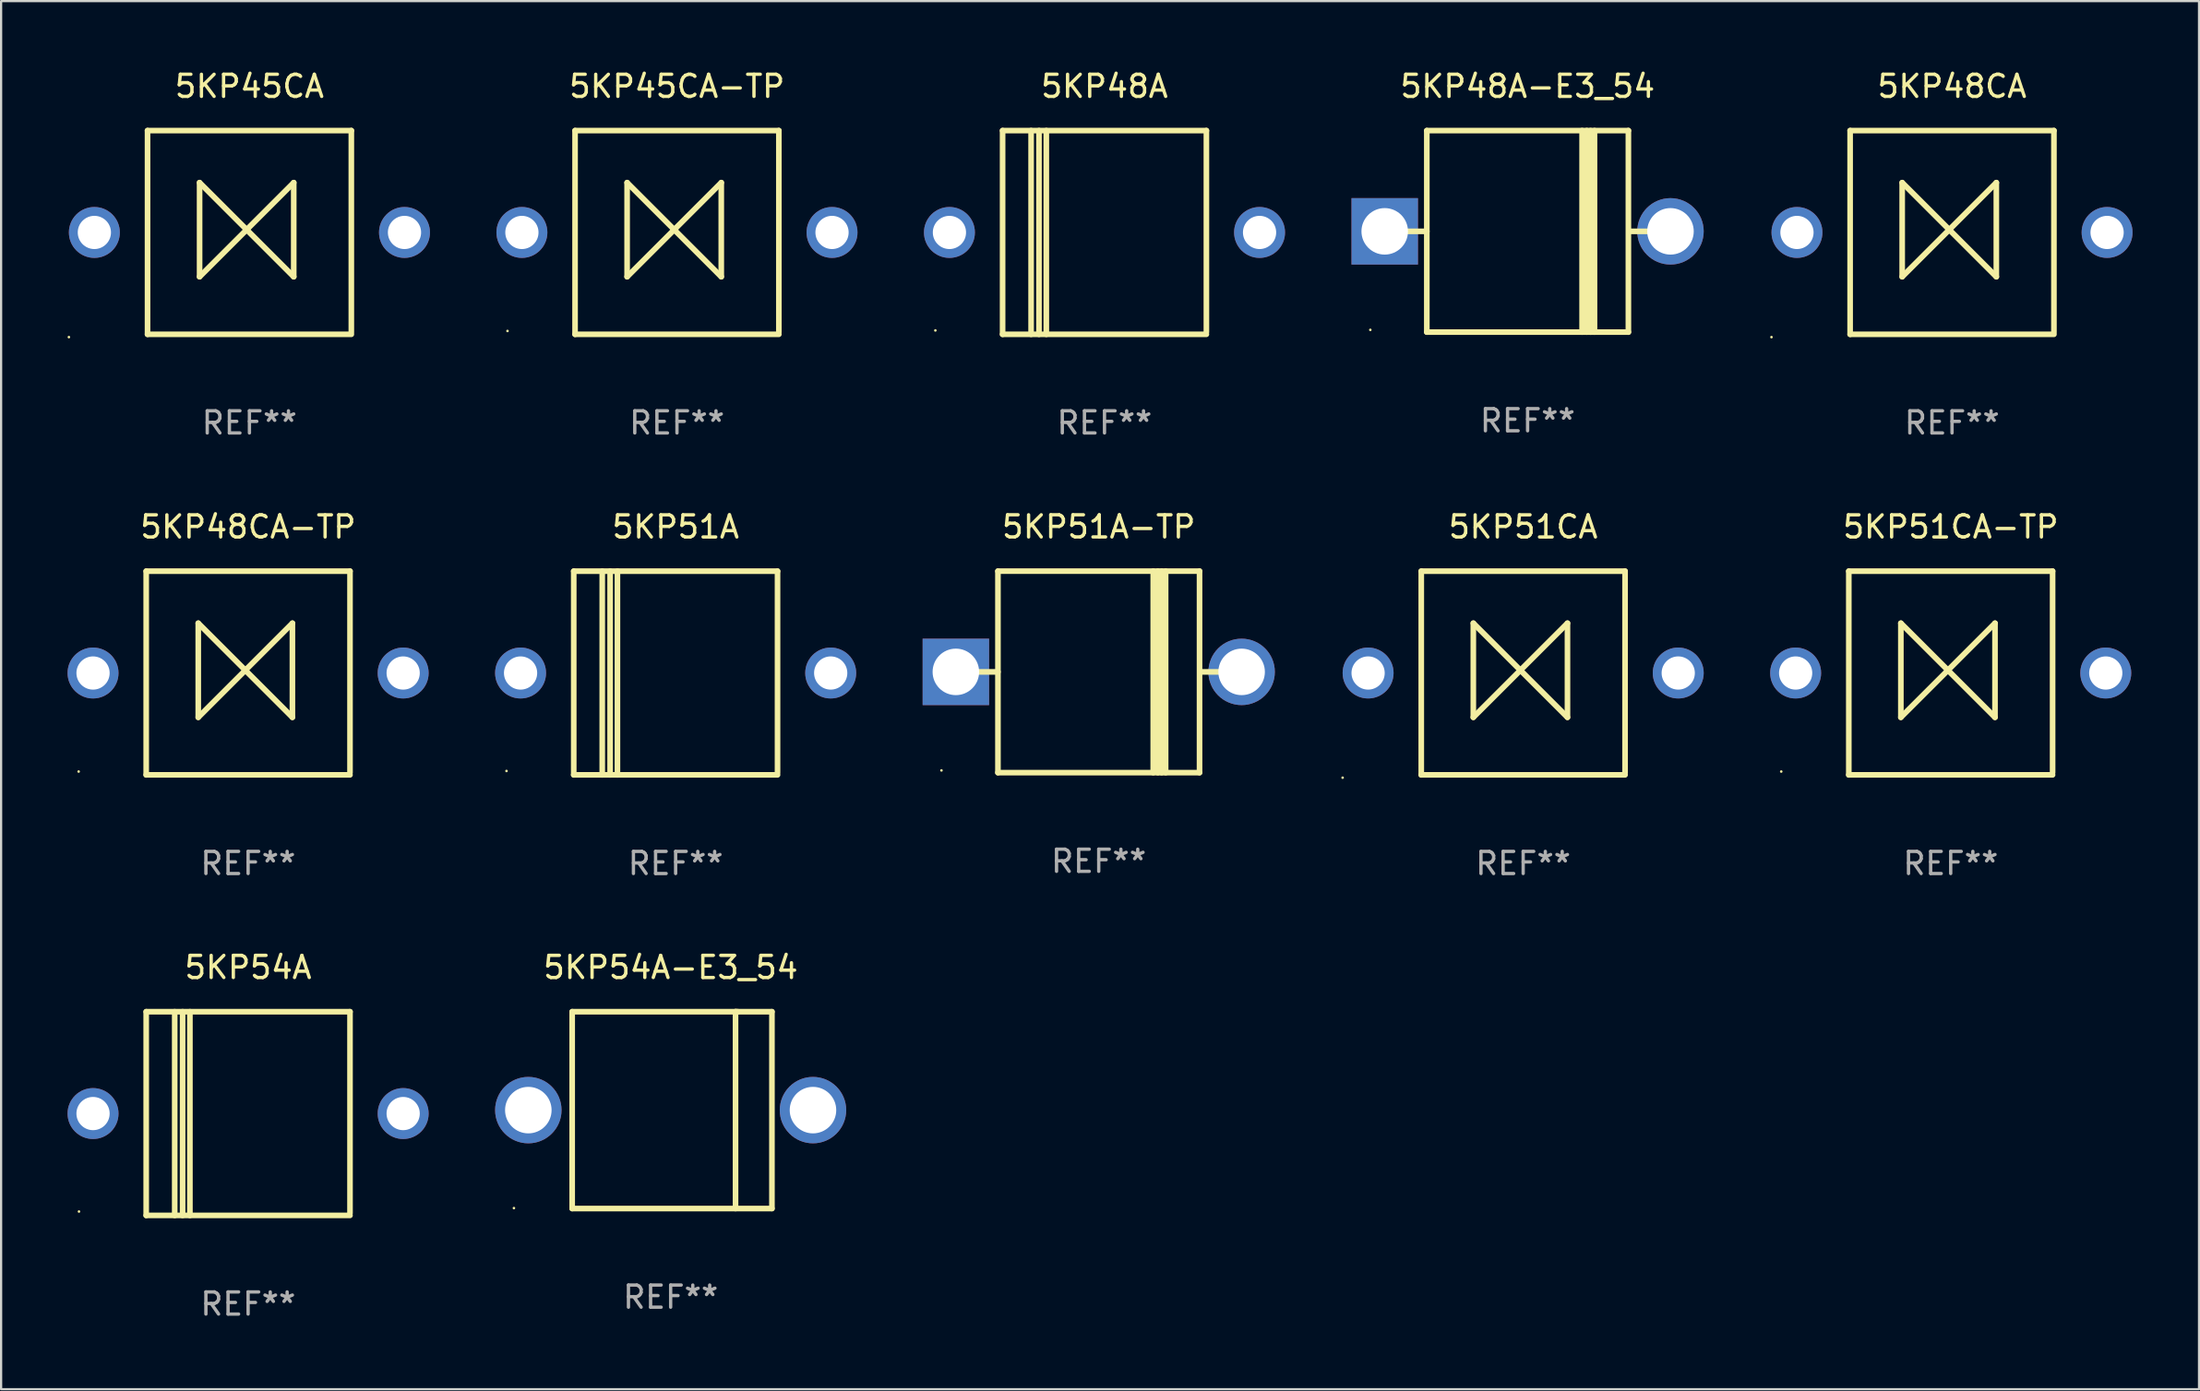
<source format=kicad_pcb>
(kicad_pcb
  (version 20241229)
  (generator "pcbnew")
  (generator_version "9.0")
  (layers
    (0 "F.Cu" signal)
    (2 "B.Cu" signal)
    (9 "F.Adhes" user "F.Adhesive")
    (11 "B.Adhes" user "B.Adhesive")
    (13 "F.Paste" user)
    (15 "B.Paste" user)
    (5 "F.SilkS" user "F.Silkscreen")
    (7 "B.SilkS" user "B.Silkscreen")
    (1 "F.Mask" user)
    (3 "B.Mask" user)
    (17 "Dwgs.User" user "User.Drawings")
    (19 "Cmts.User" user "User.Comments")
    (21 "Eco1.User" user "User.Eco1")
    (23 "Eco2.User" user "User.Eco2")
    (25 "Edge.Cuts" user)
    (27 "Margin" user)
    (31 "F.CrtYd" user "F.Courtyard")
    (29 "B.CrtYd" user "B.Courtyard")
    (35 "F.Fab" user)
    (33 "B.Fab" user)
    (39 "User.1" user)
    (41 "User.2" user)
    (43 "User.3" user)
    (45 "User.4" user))
  (footprint "5KP54A"
    (layer "F.Cu")
    (at 8.15 47.241)
    (property "Reference" "5KP54A" (at 0 -6.6 0) (layer "F.SilkS") (effects (font (size 1 1) (thickness 0.15))))
    (attr through_hole)
    (fp_line (start -4.6 -4.6) (end -4.6 4.6) (stroke (width 0.254) (type solid)) (layer "F.SilkS"))
    (fp_line (start -4.6 -4.6) (end 4.6 -4.6) (stroke (width 0.254) (type solid)) (layer "F.SilkS"))
    (fp_line (start -4.6 4.6) (end 4.6 4.6) (stroke (width 0.254) (type solid)) (layer "F.SilkS"))
    (fp_line (start -3.313 -4.6) (end -3.313 4.6) (stroke (width 0.254) (type solid)) (layer "F.SilkS"))
    (fp_line (start -2.957 -4.6) (end -2.957 4.6) (stroke (width 0.254) (type solid)) (layer "F.SilkS"))
    (fp_line (start -2.627 -4.6) (end -2.627 4.6) (stroke (width 0.254) (type solid)) (layer "F.SilkS"))
    (fp_line (start 4.6 -4.6) (end 4.6 4.5) (stroke (width 0.254) (type solid)) (layer "F.SilkS"))
    (fp_circle (center -7.635 4.425) (end -7.605 4.425) (stroke (width 0.06) (type solid)) (fill no) (layer "F.SilkS"))
    (fp_text user "REF**" (at 0 8.6 0) (layer "F.Fab") (effects (font (size 1 1) (thickness 0.15))))
    (pad "1" thru_hole circle (at -7 0) (size 2.3 2.3) (drill 1.5) (layers "*.Cu" "*.Mask"))
    (pad "2" thru_hole circle (at 7 0) (size 2.3 2.3) (drill 1.5) (layers "*.Cu" "*.Mask")))
  (footprint "5KP45CA"
    (layer "F.Cu")
    (at 8.21 7.448)
    (property "Reference" "5KP45CA" (at 0 -6.6 0) (layer "F.SilkS") (effects (font (size 1 1) (thickness 0.15))))
    (attr through_hole)
    (fp_line (start -4.6 -4.6) (end -4.6 4.6) (stroke (width 0.254) (type solid)) (layer "F.SilkS"))
    (fp_line (start -4.6 -4.6) (end 4.6 -4.6) (stroke (width 0.254) (type solid)) (layer "F.SilkS"))
    (fp_line (start -4.6 4.6) (end 4.6 4.6) (stroke (width 0.254) (type solid)) (layer "F.SilkS"))
    (fp_line (start -2.25 -2.25) (end -2.25 2) (stroke (width 0.254) (type solid)) (layer "F.SilkS"))
    (fp_line (start -2.25 2) (end 2 -2.25) (stroke (width 0.254) (type solid)) (layer "F.SilkS"))
    (fp_line (start 2 -2.25) (end 2 2) (stroke (width 0.254) (type solid)) (layer "F.SilkS"))
    (fp_line (start 2 2) (end -2.25 -2.25) (stroke (width 0.254) (type solid)) (layer "F.SilkS"))
    (fp_line (start 4.6 -4.6) (end 4.6 4.5) (stroke (width 0.254) (type solid)) (layer "F.SilkS"))
    (fp_circle (center -8.15 4.727) (end -8.12 4.727) (stroke (width 0.06) (type solid)) (fill no) (layer "F.SilkS"))
    (fp_text user "REF**" (at 0 8.6 0) (layer "F.Fab") (effects (font (size 1 1) (thickness 0.15))))
    (pad "1" thru_hole circle (at -7 0) (size 2.3 2.3) (drill 1.5) (layers "*.Cu" "*.Mask"))
    (pad "2" thru_hole circle (at 7 0) (size 2.3 2.3) (drill 1.5) (layers "*.Cu" "*.Mask")))
  (footprint "5KP45CA-TP"
    (layer "F.Cu")
    (at 27.51 7.448)
    (property "Reference" "5KP45CA-TP" (at 0 -6.6 0) (layer "F.SilkS") (effects (font (size 1 1) (thickness 0.15))))
    (attr through_hole)
    (fp_line (start -4.6 -4.6) (end -4.6 4.6) (stroke (width 0.254) (type solid)) (layer "F.SilkS"))
    (fp_line (start -4.6 -4.6) (end 4.6 -4.6) (stroke (width 0.254) (type solid)) (layer "F.SilkS"))
    (fp_line (start -4.6 4.6) (end 4.6 4.6) (stroke (width 0.254) (type solid)) (layer "F.SilkS"))
    (fp_line (start -2.25 -2.25) (end -2.25 2) (stroke (width 0.254) (type solid)) (layer "F.SilkS"))
    (fp_line (start -2.25 2) (end 2 -2.25) (stroke (width 0.254) (type solid)) (layer "F.SilkS"))
    (fp_line (start 2 -2.25) (end 2 2) (stroke (width 0.254) (type solid)) (layer "F.SilkS"))
    (fp_line (start 2 2) (end -2.25 -2.25) (stroke (width 0.254) (type solid)) (layer "F.SilkS"))
    (fp_line (start 4.6 -4.6) (end 4.6 4.5) (stroke (width 0.254) (type solid)) (layer "F.SilkS"))
    (fp_circle (center -7.65 4.45) (end -7.62 4.45) (stroke (width 0.06) (type solid)) (fill no) (layer "F.SilkS"))
    (fp_text user "REF**" (at 0 8.6 0) (layer "F.Fab") (effects (font (size 1 1) (thickness 0.15))))
    (pad "1" thru_hole circle (at -7 0) (size 2.3 2.3) (drill 1.5) (layers "*.Cu" "*.Mask"))
    (pad "2" thru_hole circle (at 7 0) (size 2.3 2.3) (drill 1.5) (layers "*.Cu" "*.Mask")))
  (footprint "5KP54A-E3_54"
    (layer "F.Cu")
    (at 27.225 47.086)
    (property "Reference" "5KP54A-E3_54" (at 0 -6.445 0) (layer "F.SilkS") (effects (font (size 1 1) (thickness 0.15))))
    (attr through_hole)
    (fp_line (start -4.445 -4.445) (end -4.445 4.445) (stroke (width 0.254) (type solid)) (layer "F.SilkS"))
    (fp_line (start -4.445 4.445) (end 4.572 4.445) (stroke (width 0.254) (type solid)) (layer "F.SilkS"))
    (fp_line (start 2.929 -4.445) (end 2.929 4.445) (stroke (width 0.254) (type solid)) (layer "F.SilkS"))
    (fp_line (start 3.029 -4.445) (end 2.929 -4.445) (stroke (width 0.254) (type solid)) (layer "F.SilkS"))
    (fp_line (start 4.572 -4.445) (end -4.445 -4.445) (stroke (width 0.254) (type solid)) (layer "F.SilkS"))
    (fp_line (start 4.572 4.445) (end 4.572 -4.445) (stroke (width 0.254) (type solid)) (layer "F.SilkS"))
    (fp_circle (center -7.075 4.425) (end -7.045 4.425) (stroke (width 0.06) (type solid)) (fill no) (layer "F.SilkS"))
    (fp_text user "REF**" (at 0 8.445 0) (layer "F.Fab") (effects (font (size 1 1) (thickness 0.15))))
    (pad "1" thru_hole circle (at -6.425 0) (size 3 3) (drill 2.1) (layers "*.Cu" "*.Mask"))
    (pad "2" thru_hole circle (at 6.425 0) (size 3 3) (drill 2.1) (layers "*.Cu" "*.Mask")))
  (footprint "5KP48A-E3_54"
    (layer "F.Cu")
    (at 65.91 7.399)
    (property "Reference" "5KP48A-E3_54" (at 0 -6.551 0) (layer "F.SilkS") (effects (font (size 1 1) (thickness 0.15))))
    (attr through_hole)
    (fp_line (start -5.6 -0.001) (end -4.55 -0.001) (stroke (width 0.254) (type solid)) (layer "F.SilkS"))
    (fp_line (start -4.55 -4.551) (end -4.55 4.55) (stroke (width 0.254) (type solid)) (layer "F.SilkS"))
    (fp_line (start -4.55 -4.551) (end 4.55 -4.551) (stroke (width 0.254) (type solid)) (layer "F.SilkS"))
    (fp_line (start 2.46 4.55) (end 2.46 -4.551) (stroke (width 0.254) (type solid)) (layer "F.SilkS"))
    (fp_line (start 2.67 4.55) (end 2.67 -4.551) (stroke (width 0.254) (type solid)) (layer "F.SilkS"))
    (fp_line (start 2.841 4.551) (end 2.841 -4.55) (stroke (width 0.254) (type solid)) (layer "F.SilkS"))
    (fp_line (start 3.02 4.55) (end 3.02 -4.551) (stroke (width 0.254) (type solid)) (layer "F.SilkS"))
    (fp_line (start 4.55 4.55) (end 4.55 -4.551) (stroke (width 0.254) (type solid)) (layer "F.SilkS"))
    (fp_line (start 4.55 4.549) (end -4.55 4.549) (stroke (width 0.254) (type solid)) (layer "F.SilkS"))
    (fp_line (start 4.58 -0.001) (end 5.6 -0.001) (stroke (width 0.254) (type solid)) (layer "F.SilkS"))
    (fp_circle (center -7.1 4.449) (end -7.07 4.449) (stroke (width 0.06) (type solid)) (fill no) (layer "F.SilkS"))
    (fp_text user "REF**" (at 0 8.551 0) (layer "F.Fab") (effects (font (size 1 1) (thickness 0.15))))
    (pad "1" thru_hole rect (at -6.45 -0.001 180) (size 3 3) (drill 2.1) (layers "*.Cu" "*.Mask"))
    (pad "2" thru_hole circle (at 6.45 -0.001) (size 3 3) (drill 2.1) (layers "*.Cu" "*.Mask")))
  (footprint "5KP51CA"
    (layer "F.Cu")
    (at 65.71 27.345)
    (property "Reference" "5KP51CA" (at 0 -6.6 0) (layer "F.SilkS") (effects (font (size 1 1) (thickness 0.15))))
    (attr through_hole)
    (fp_line (start -4.6 -4.6) (end -4.6 4.6) (stroke (width 0.254) (type solid)) (layer "F.SilkS"))
    (fp_line (start -4.6 -4.6) (end 4.6 -4.6) (stroke (width 0.254) (type solid)) (layer "F.SilkS"))
    (fp_line (start -4.6 4.6) (end 4.6 4.6) (stroke (width 0.254) (type solid)) (layer "F.SilkS"))
    (fp_line (start -2.25 -2.25) (end -2.25 2) (stroke (width 0.254) (type solid)) (layer "F.SilkS"))
    (fp_line (start -2.25 2) (end 2 -2.25) (stroke (width 0.254) (type solid)) (layer "F.SilkS"))
    (fp_line (start 2 -2.25) (end 2 2) (stroke (width 0.254) (type solid)) (layer "F.SilkS"))
    (fp_line (start 2 2) (end -2.25 -2.25) (stroke (width 0.254) (type solid)) (layer "F.SilkS"))
    (fp_line (start 4.6 -4.6) (end 4.6 4.5) (stroke (width 0.254) (type solid)) (layer "F.SilkS"))
    (fp_circle (center -8.15 4.727) (end -8.12 4.727) (stroke (width 0.06) (type solid)) (fill no) (layer "F.SilkS"))
    (fp_text user "REF**" (at 0 8.6 0) (layer "F.Fab") (effects (font (size 1 1) (thickness 0.15))))
    (pad "1" thru_hole circle (at -7 0) (size 2.3 2.3) (drill 1.5) (layers "*.Cu" "*.Mask"))
    (pad "2" thru_hole circle (at 7 0) (size 2.3 2.3) (drill 1.5) (layers "*.Cu" "*.Mask")))
  (footprint "5KP48A"
    (layer "F.Cu")
    (at 46.81 7.448)
    (property "Reference" "5KP48A" (at 0 -6.6 0) (layer "F.SilkS") (effects (font (size 1 1) (thickness 0.15))))
    (attr through_hole)
    (fp_line (start -4.6 -4.6) (end -4.6 4.6) (stroke (width 0.254) (type solid)) (layer "F.SilkS"))
    (fp_line (start -4.6 -4.6) (end 4.6 -4.6) (stroke (width 0.254) (type solid)) (layer "F.SilkS"))
    (fp_line (start -4.6 4.6) (end 4.6 4.6) (stroke (width 0.254) (type solid)) (layer "F.SilkS"))
    (fp_line (start -3.313 -4.6) (end -3.313 4.6) (stroke (width 0.254) (type solid)) (layer "F.SilkS"))
    (fp_line (start -2.957 -4.6) (end -2.957 4.6) (stroke (width 0.254) (type solid)) (layer "F.SilkS"))
    (fp_line (start -2.627 -4.6) (end -2.627 4.6) (stroke (width 0.254) (type solid)) (layer "F.SilkS"))
    (fp_line (start 4.6 -4.6) (end 4.6 4.5) (stroke (width 0.254) (type solid)) (layer "F.SilkS"))
    (fp_circle (center -7.635 4.425) (end -7.605 4.425) (stroke (width 0.06) (type solid)) (fill no) (layer "F.SilkS"))
    (fp_text user "REF**" (at 0 8.6 0) (layer "F.Fab") (effects (font (size 1 1) (thickness 0.15))))
    (pad "1" thru_hole circle (at -7 0) (size 2.3 2.3) (drill 1.5) (layers "*.Cu" "*.Mask"))
    (pad "2" thru_hole circle (at 7 0) (size 2.3 2.3) (drill 1.5) (layers "*.Cu" "*.Mask")))
  (footprint "5KP48CA"
    (layer "F.Cu")
    (at 85.07 7.448)
    (property "Reference" "5KP48CA" (at 0 -6.6 0) (layer "F.SilkS") (effects (font (size 1 1) (thickness 0.15))))
    (attr through_hole)
    (fp_line (start -4.6 -4.6) (end -4.6 4.6) (stroke (width 0.254) (type solid)) (layer "F.SilkS"))
    (fp_line (start -4.6 -4.6) (end 4.6 -4.6) (stroke (width 0.254) (type solid)) (layer "F.SilkS"))
    (fp_line (start -4.6 4.6) (end 4.6 4.6) (stroke (width 0.254) (type solid)) (layer "F.SilkS"))
    (fp_line (start -2.25 -2.25) (end -2.25 2) (stroke (width 0.254) (type solid)) (layer "F.SilkS"))
    (fp_line (start -2.25 2) (end 2 -2.25) (stroke (width 0.254) (type solid)) (layer "F.SilkS"))
    (fp_line (start 2 -2.25) (end 2 2) (stroke (width 0.254) (type solid)) (layer "F.SilkS"))
    (fp_line (start 2 2) (end -2.25 -2.25) (stroke (width 0.254) (type solid)) (layer "F.SilkS"))
    (fp_line (start 4.6 -4.6) (end 4.6 4.5) (stroke (width 0.254) (type solid)) (layer "F.SilkS"))
    (fp_circle (center -8.15 4.727) (end -8.12 4.727) (stroke (width 0.06) (type solid)) (fill no) (layer "F.SilkS"))
    (fp_text user "REF**" (at 0 8.6 0) (layer "F.Fab") (effects (font (size 1 1) (thickness 0.15))))
    (pad "1" thru_hole circle (at -7 0) (size 2.3 2.3) (drill 1.5) (layers "*.Cu" "*.Mask"))
    (pad "2" thru_hole circle (at 7 0) (size 2.3 2.3) (drill 1.5) (layers "*.Cu" "*.Mask")))
  (footprint "5KP51CA-TP"
    (layer "F.Cu")
    (at 85.01 27.345)
    (property "Reference" "5KP51CA-TP" (at 0 -6.6 0) (layer "F.SilkS") (effects (font (size 1 1) (thickness 0.15))))
    (attr through_hole)
    (fp_line (start -4.6 -4.6) (end -4.6 4.6) (stroke (width 0.254) (type solid)) (layer "F.SilkS"))
    (fp_line (start -4.6 -4.6) (end 4.6 -4.6) (stroke (width 0.254) (type solid)) (layer "F.SilkS"))
    (fp_line (start -4.6 4.6) (end 4.6 4.6) (stroke (width 0.254) (type solid)) (layer "F.SilkS"))
    (fp_line (start -2.25 -2.25) (end -2.25 2) (stroke (width 0.254) (type solid)) (layer "F.SilkS"))
    (fp_line (start -2.25 2) (end 2 -2.25) (stroke (width 0.254) (type solid)) (layer "F.SilkS"))
    (fp_line (start 2 -2.25) (end 2 2) (stroke (width 0.254) (type solid)) (layer "F.SilkS"))
    (fp_line (start 2 2) (end -2.25 -2.25) (stroke (width 0.254) (type solid)) (layer "F.SilkS"))
    (fp_line (start 4.6 -4.6) (end 4.6 4.5) (stroke (width 0.254) (type solid)) (layer "F.SilkS"))
    (fp_circle (center -7.65 4.45) (end -7.62 4.45) (stroke (width 0.06) (type solid)) (fill no) (layer "F.SilkS"))
    (fp_text user "REF**" (at 0 8.6 0) (layer "F.Fab") (effects (font (size 1 1) (thickness 0.15))))
    (pad "1" thru_hole circle (at -7 0) (size 2.3 2.3) (drill 1.5) (layers "*.Cu" "*.Mask"))
    (pad "2" thru_hole circle (at 7 0) (size 2.3 2.3) (drill 1.5) (layers "*.Cu" "*.Mask")))
  (footprint "5KP51A-TP"
    (layer "F.Cu")
    (at 46.55 27.295)
    (property "Reference" "5KP51A-TP" (at 0 -6.551 0) (layer "F.SilkS") (effects (font (size 1 1) (thickness 0.15))))
    (attr through_hole)
    (fp_line (start -5.6 -0.001) (end -4.55 -0.001) (stroke (width 0.254) (type solid)) (layer "F.SilkS"))
    (fp_line (start -4.55 -4.551) (end -4.55 4.55) (stroke (width 0.254) (type solid)) (layer "F.SilkS"))
    (fp_line (start -4.55 -4.551) (end 4.55 -4.551) (stroke (width 0.254) (type solid)) (layer "F.SilkS"))
    (fp_line (start 2.46 4.55) (end 2.46 -4.551) (stroke (width 0.254) (type solid)) (layer "F.SilkS"))
    (fp_line (start 2.67 4.55) (end 2.67 -4.551) (stroke (width 0.254) (type solid)) (layer "F.SilkS"))
    (fp_line (start 2.841 4.551) (end 2.841 -4.55) (stroke (width 0.254) (type solid)) (layer "F.SilkS"))
    (fp_line (start 3.02 4.55) (end 3.02 -4.551) (stroke (width 0.254) (type solid)) (layer "F.SilkS"))
    (fp_line (start 4.55 4.55) (end 4.55 -4.551) (stroke (width 0.254) (type solid)) (layer "F.SilkS"))
    (fp_line (start 4.55 4.549) (end -4.55 4.549) (stroke (width 0.254) (type solid)) (layer "F.SilkS"))
    (fp_line (start 4.58 -0.001) (end 5.6 -0.001) (stroke (width 0.254) (type solid)) (layer "F.SilkS"))
    (fp_circle (center -7.1 4.449) (end -7.07 4.449) (stroke (width 0.06) (type solid)) (fill no) (layer "F.SilkS"))
    (fp_text user "REF**" (at 0 8.551 0) (layer "F.Fab") (effects (font (size 1 1) (thickness 0.15))))
    (pad "1" thru_hole rect (at -6.45 -0.001 180) (size 3 3) (drill 2.1) (layers "*.Cu" "*.Mask"))
    (pad "2" thru_hole circle (at 6.45 -0.001) (size 3 3) (drill 2.1) (layers "*.Cu" "*.Mask")))
  (footprint "5KP51A"
    (layer "F.Cu")
    (at 27.45 27.345)
    (property "Reference" "5KP51A" (at 0 -6.6 0) (layer "F.SilkS") (effects (font (size 1 1) (thickness 0.15))))
    (attr through_hole)
    (fp_line (start -4.6 -4.6) (end -4.6 4.6) (stroke (width 0.254) (type solid)) (layer "F.SilkS"))
    (fp_line (start -4.6 -4.6) (end 4.6 -4.6) (stroke (width 0.254) (type solid)) (layer "F.SilkS"))
    (fp_line (start -4.6 4.6) (end 4.6 4.6) (stroke (width 0.254) (type solid)) (layer "F.SilkS"))
    (fp_line (start -3.313 -4.6) (end -3.313 4.6) (stroke (width 0.254) (type solid)) (layer "F.SilkS"))
    (fp_line (start -2.957 -4.6) (end -2.957 4.6) (stroke (width 0.254) (type solid)) (layer "F.SilkS"))
    (fp_line (start -2.627 -4.6) (end -2.627 4.6) (stroke (width 0.254) (type solid)) (layer "F.SilkS"))
    (fp_line (start 4.6 -4.6) (end 4.6 4.5) (stroke (width 0.254) (type solid)) (layer "F.SilkS"))
    (fp_circle (center -7.635 4.425) (end -7.605 4.425) (stroke (width 0.06) (type solid)) (fill no) (layer "F.SilkS"))
    (fp_text user "REF**" (at 0 8.6 0) (layer "F.Fab") (effects (font (size 1 1) (thickness 0.15))))
    (pad "1" thru_hole circle (at -7 0) (size 2.3 2.3) (drill 1.5) (layers "*.Cu" "*.Mask"))
    (pad "2" thru_hole circle (at 7 0) (size 2.3 2.3) (drill 1.5) (layers "*.Cu" "*.Mask")))
  (footprint "5KP48CA-TP"
    (layer "F.Cu")
    (at 8.15 27.345)
    (property "Reference" "5KP48CA-TP" (at 0 -6.6 0) (layer "F.SilkS") (effects (font (size 1 1) (thickness 0.15))))
    (attr through_hole)
    (fp_line (start -4.6 -4.6) (end -4.6 4.6) (stroke (width 0.254) (type solid)) (layer "F.SilkS"))
    (fp_line (start -4.6 -4.6) (end 4.6 -4.6) (stroke (width 0.254) (type solid)) (layer "F.SilkS"))
    (fp_line (start -4.6 4.6) (end 4.6 4.6) (stroke (width 0.254) (type solid)) (layer "F.SilkS"))
    (fp_line (start -2.25 -2.25) (end -2.25 2) (stroke (width 0.254) (type solid)) (layer "F.SilkS"))
    (fp_line (start -2.25 2) (end 2 -2.25) (stroke (width 0.254) (type solid)) (layer "F.SilkS"))
    (fp_line (start 2 -2.25) (end 2 2) (stroke (width 0.254) (type solid)) (layer "F.SilkS"))
    (fp_line (start 2 2) (end -2.25 -2.25) (stroke (width 0.254) (type solid)) (layer "F.SilkS"))
    (fp_line (start 4.6 -4.6) (end 4.6 4.5) (stroke (width 0.254) (type solid)) (layer "F.SilkS"))
    (fp_circle (center -7.65 4.45) (end -7.62 4.45) (stroke (width 0.06) (type solid)) (fill no) (layer "F.SilkS"))
    (fp_text user "REF**" (at 0 8.6 0) (layer "F.Fab") (effects (font (size 1 1) (thickness 0.15))))
    (pad "1" thru_hole circle (at -7 0) (size 2.3 2.3) (drill 1.5) (layers "*.Cu" "*.Mask"))
    (pad "2" thru_hole circle (at 7 0) (size 2.3 2.3) (drill 1.5) (layers "*.Cu" "*.Mask")))
  (gr_rect
    (start -3 -3)
    (end 96.22 59.69)
    (stroke (width 0.1) (type default))
    (fill no)
    (layer "Edge.Cuts")))
</source>
